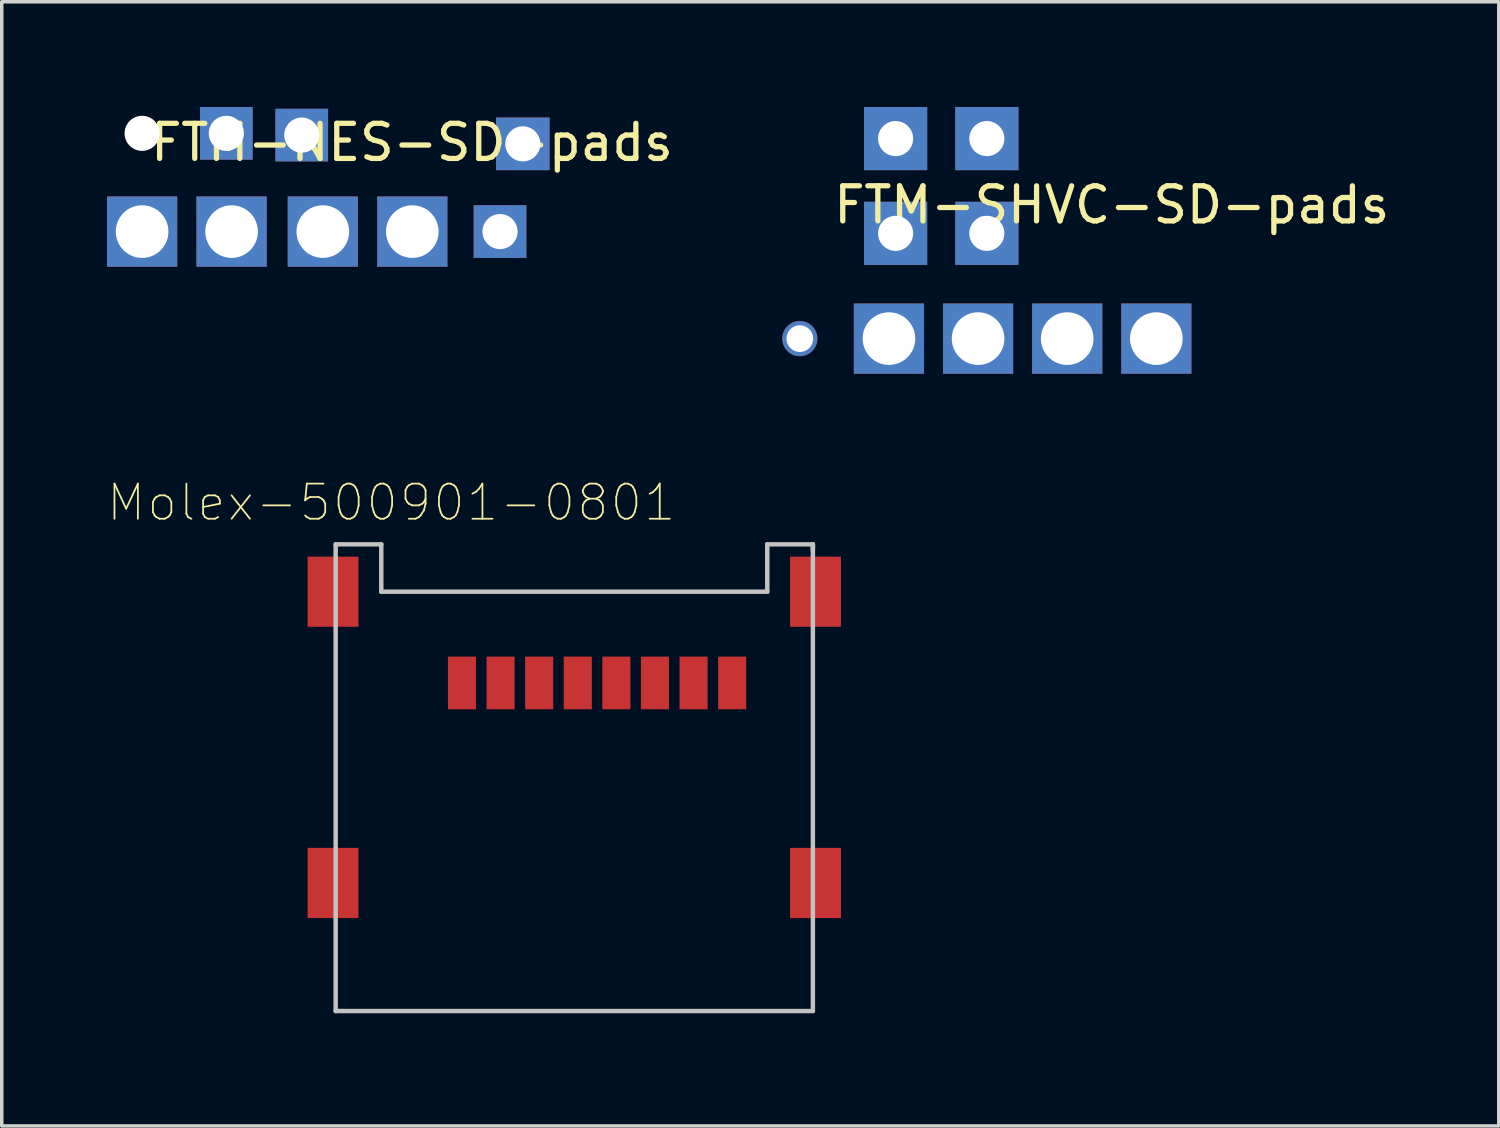
<source format=kicad_pcb>
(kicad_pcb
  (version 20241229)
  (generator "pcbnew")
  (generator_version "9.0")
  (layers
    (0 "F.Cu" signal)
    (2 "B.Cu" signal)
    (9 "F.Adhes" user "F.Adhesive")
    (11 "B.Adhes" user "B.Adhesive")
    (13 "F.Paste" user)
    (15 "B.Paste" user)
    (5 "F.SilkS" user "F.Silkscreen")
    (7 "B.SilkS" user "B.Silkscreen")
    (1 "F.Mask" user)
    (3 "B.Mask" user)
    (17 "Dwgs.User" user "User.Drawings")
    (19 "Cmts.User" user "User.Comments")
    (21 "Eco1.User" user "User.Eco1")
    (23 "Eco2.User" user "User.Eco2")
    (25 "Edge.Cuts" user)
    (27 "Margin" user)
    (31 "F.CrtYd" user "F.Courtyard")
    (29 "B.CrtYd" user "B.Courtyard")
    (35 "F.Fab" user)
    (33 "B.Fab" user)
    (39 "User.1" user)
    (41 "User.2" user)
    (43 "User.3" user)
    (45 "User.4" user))
  (footprint "FTM-NES-SD-pads"
    (layer "F.Cu")
    (at 6.15 3.55)
    (property "Reference" "FTM-NES-SD-pads" (at 2.54 -2.54 0) (layer "F.SilkS") (effects (font (size 1 1) (thickness 0.15))))
    (attr through_hole)
    (pad "" np_thru_hole circle (at -5.15 -2.8) (size 1 1) (drill 1) (layers "*.Cu" "*.Mask"))
    (pad "1" thru_hole rect (at 5.7 -2.5 270) (size 1.5 1.524) (drill 1) (layers "*.Cu" "*.Mask"))
    (pad "2" thru_hole rect (at 0 0) (size 2 2) (drill 1.5) (layers "*.Cu" "*.Mask"))
    (pad "3" thru_hole rect (at 5.05 0) (size 1.5 1.5) (drill 1) (layers "*.Cu" "*.Mask"))
    (pad "4" thru_hole rect (at 2.55 0) (size 2 2) (drill 1.5) (layers "*.Cu" "*.Mask"))
    (pad "5" thru_hole rect (at -2.6 0) (size 2 2) (drill 1.5) (layers "*.Cu" "*.Mask"))
    (pad "6" thru_hole rect (at -5.15 0) (size 2 2) (drill 1.5) (layers "*.Cu" "*.Mask"))
    (pad "7" thru_hole rect (at -0.6 -2.75) (size 1.5 1.5) (drill 1) (layers "*.Cu" "*.Mask"))
    (pad "8" thru_hole rect (at -2.75 -2.8) (size 1.5 1.5) (drill 1) (layers "*.Cu" "*.Mask")))
  (footprint "FTM-SHVC-SD-pads"
    (layer "F.Cu")
    (at 24.824 6.6)
    (property "Reference" "FTM-SHVC-SD-pads" (at 3.81 -3.81 0) (layer "F.SilkS") (effects (font (size 1 1) (thickness 0.15))))
    (attr through_hole)
    (pad "" np_thru_hole circle (at -5.08 0) (size 1 1) (drill 0.762) (layers "*.Cu" "*.Mask"))
    (pad "1" thru_hole rect (at -2.35 -5.7) (size 1.8 1.8) (drill 1) (layers "*.Cu" "*.Mask"))
    (pad "2" thru_hole rect (at 0 0) (size 2 2) (drill 1.5) (layers "*.Cu" "*.Mask"))
    (pad "3" thru_hole rect (at 0.25 -5.7) (size 1.8 1.8) (drill 1) (layers "*.Cu" "*.Mask"))
    (pad "4" thru_hole rect (at -2.54 0) (size 2 2) (drill 1.5) (layers "*.Cu" "*.Mask"))
    (pad "5" thru_hole rect (at 2.54 0) (size 2 2) (drill 1.5) (layers "*.Cu" "*.Mask"))
    (pad "6" thru_hole rect (at 5.08 0) (size 2 2) (drill 1.5) (layers "*.Cu" "*.Mask"))
    (pad "7" thru_hole rect (at -2.35 -3) (size 1.8 1.8) (drill 1) (layers "*.Cu" "*.Mask"))
    (pad "8" thru_hole rect (at 0.25 -3) (size 1.8 1.8) (drill 1) (layers "*.Cu" "*.Mask")))
  (footprint "Molex-500901-0801"
    (layer "F.Cu")
    (at 13.316 16.413)
    (property "Reference" "Molex-500901-0801" (at -5.215 -5.14 0) (layer "F.SilkS") (effects (font (size 1.001 1.001) (thickness 0.05))))
    (attr smd)
    (fp_line (start 6.8 -3.95) (end 6.8 -3.8) (stroke (width 0.127) (type solid)) (layer "F.SilkS"))
    (fp_line (start -6.8 -3.95) (end -5.5 -3.95) (stroke (width 0.127) (type solid)) (layer "Dwgs.User"))
    (fp_line (start -6.8 9.35) (end -6.8 -3.95) (stroke (width 0.127) (type solid)) (layer "Dwgs.User"))
    (fp_line (start -5.5 -3.95) (end -5.5 -2.6) (stroke (width 0.127) (type solid)) (layer "Dwgs.User"))
    (fp_line (start -5.5 -2.6) (end 5.5 -2.6) (stroke (width 0.127) (type solid)) (layer "Dwgs.User"))
    (fp_line (start 5.5 -3.95) (end 6.8 -3.95) (stroke (width 0.127) (type solid)) (layer "Dwgs.User"))
    (fp_line (start 5.5 -2.6) (end 5.5 -3.95) (stroke (width 0.127) (type solid)) (layer "Dwgs.User"))
    (fp_line (start 6.8 -3.95) (end 6.8 9.35) (stroke (width 0.127) (type solid)) (layer "Dwgs.User"))
    (fp_line (start 6.8 9.35) (end -6.8 9.35) (stroke (width 0.127) (type solid)) (layer "Dwgs.User"))
    (fp_line (start -7.85 -3.85) (end -7.05 -3.85) (stroke (width 0.05) (type solid)) (layer "Eco1.User"))
    (fp_line (start -7.85 -1.35) (end -7.85 -3.85) (stroke (width 0.05) (type solid)) (layer "Eco1.User"))
    (fp_line (start -7.85 4.45) (end -7.05 4.45) (stroke (width 0.05) (type solid)) (layer "Eco1.User"))
    (fp_line (start -7.85 6.95) (end -7.85 4.45) (stroke (width 0.05) (type solid)) (layer "Eco1.User"))
    (fp_line (start -7.05 -4.25) (end -5.25 -4.25) (stroke (width 0.05) (type solid)) (layer "Eco1.User"))
    (fp_line (start -7.05 -3.85) (end -7.05 -4.25) (stroke (width 0.05) (type solid)) (layer "Eco1.User"))
    (fp_line (start -7.05 -1.35) (end -7.85 -1.35) (stroke (width 0.05) (type solid)) (layer "Eco1.User"))
    (fp_line (start -7.05 4.45) (end -7.05 -1.35) (stroke (width 0.05) (type solid)) (layer "Eco1.User"))
    (fp_line (start -7.05 6.95) (end -7.85 6.95) (stroke (width 0.05) (type solid)) (layer "Eco1.User"))
    (fp_line (start -7.05 9.6) (end -7.05 6.95) (stroke (width 0.05) (type solid)) (layer "Eco1.User"))
    (fp_line (start -5.25 -4.25) (end -5.25 -2.85) (stroke (width 0.05) (type solid)) (layer "Eco1.User"))
    (fp_line (start -5.25 -2.85) (end 5.25 -2.85) (stroke (width 0.05) (type solid)) (layer "Eco1.User"))
    (fp_line (start 5.25 -4.25) (end 7.05 -4.25) (stroke (width 0.05) (type solid)) (layer "Eco1.User"))
    (fp_line (start 5.25 -2.85) (end 5.25 -4.25) (stroke (width 0.05) (type solid)) (layer "Eco1.User"))
    (fp_line (start 7.05 -4.25) (end 7.05 -3.85) (stroke (width 0.05) (type solid)) (layer "Eco1.User"))
    (fp_line (start 7.05 -3.85) (end 7.85 -3.85) (stroke (width 0.05) (type solid)) (layer "Eco1.User"))
    (fp_line (start 7.05 -1.35) (end 7.05 4.45) (stroke (width 0.05) (type solid)) (layer "Eco1.User"))
    (fp_line (start 7.05 4.45) (end 7.85 4.45) (stroke (width 0.05) (type solid)) (layer "Eco1.User"))
    (fp_line (start 7.05 6.95) (end 7.05 9.6) (stroke (width 0.05) (type solid)) (layer "Eco1.User"))
    (fp_line (start 7.05 9.6) (end -7.05 9.6) (stroke (width 0.05) (type solid)) (layer "Eco1.User"))
    (fp_line (start 7.85 -3.85) (end 7.85 -1.35) (stroke (width 0.05) (type solid)) (layer "Eco1.User"))
    (fp_line (start 7.85 -1.35) (end 7.05 -1.35) (stroke (width 0.05) (type solid)) (layer "Eco1.User"))
    (fp_line (start 7.85 4.45) (end 7.85 6.95) (stroke (width 0.05) (type solid)) (layer "Eco1.User"))
    (fp_line (start 7.85 6.95) (end 7.05 6.95) (stroke (width 0.05) (type solid)) (layer "Eco1.User"))
    (pad "1" smd rect (at -3.2 0 90) (size 1.5 0.8) (layers "F.Cu" "F.Mask" "F.Paste"))
    (pad "2" smd rect (at -2.1 0 90) (size 1.5 0.8) (layers "F.Cu" "F.Mask" "F.Paste"))
    (pad "3" smd rect (at -1 0 90) (size 1.5 0.8) (layers "F.Cu" "F.Mask" "F.Paste"))
    (pad "4" smd rect (at 0.1 0 90) (size 1.5 0.8) (layers "F.Cu" "F.Mask" "F.Paste"))
    (pad "5" smd rect (at 1.2 0 90) (size 1.5 0.8) (layers "F.Cu" "F.Mask" "F.Paste"))
    (pad "6" smd rect (at 2.3 0 90) (size 1.5 0.8) (layers "F.Cu" "F.Mask" "F.Paste"))
    (pad "7" smd rect (at 3.4 0 90) (size 1.5 0.8) (layers "F.Cu" "F.Mask" "F.Paste"))
    (pad "8" smd rect (at 4.5 0 90) (size 1.5 0.8) (layers "F.Cu" "F.Mask" "F.Paste"))
    (pad "SH1" smd rect (at -6.875 -2.6 90) (size 2 1.45) (layers "F.Cu" "F.Mask" "F.Paste"))
    (pad "SH2" smd rect (at 6.875 -2.6 90) (size 2 1.45) (layers "F.Cu" "F.Mask" "F.Paste"))
    (pad "SH3" smd rect (at -6.875 5.7 90) (size 2 1.45) (layers "F.Cu" "F.Mask" "F.Paste"))
    (pad "SH4" smd rect (at 6.875 5.7 90) (size 2 1.45) (layers "F.Cu" "F.Mask" "F.Paste")))
  (gr_rect
    (start -3 -3)
    (end 39.663 29.038)
    (stroke (width 0.1) (type default))
    (fill no)
    (layer "Edge.Cuts")))
</source>
